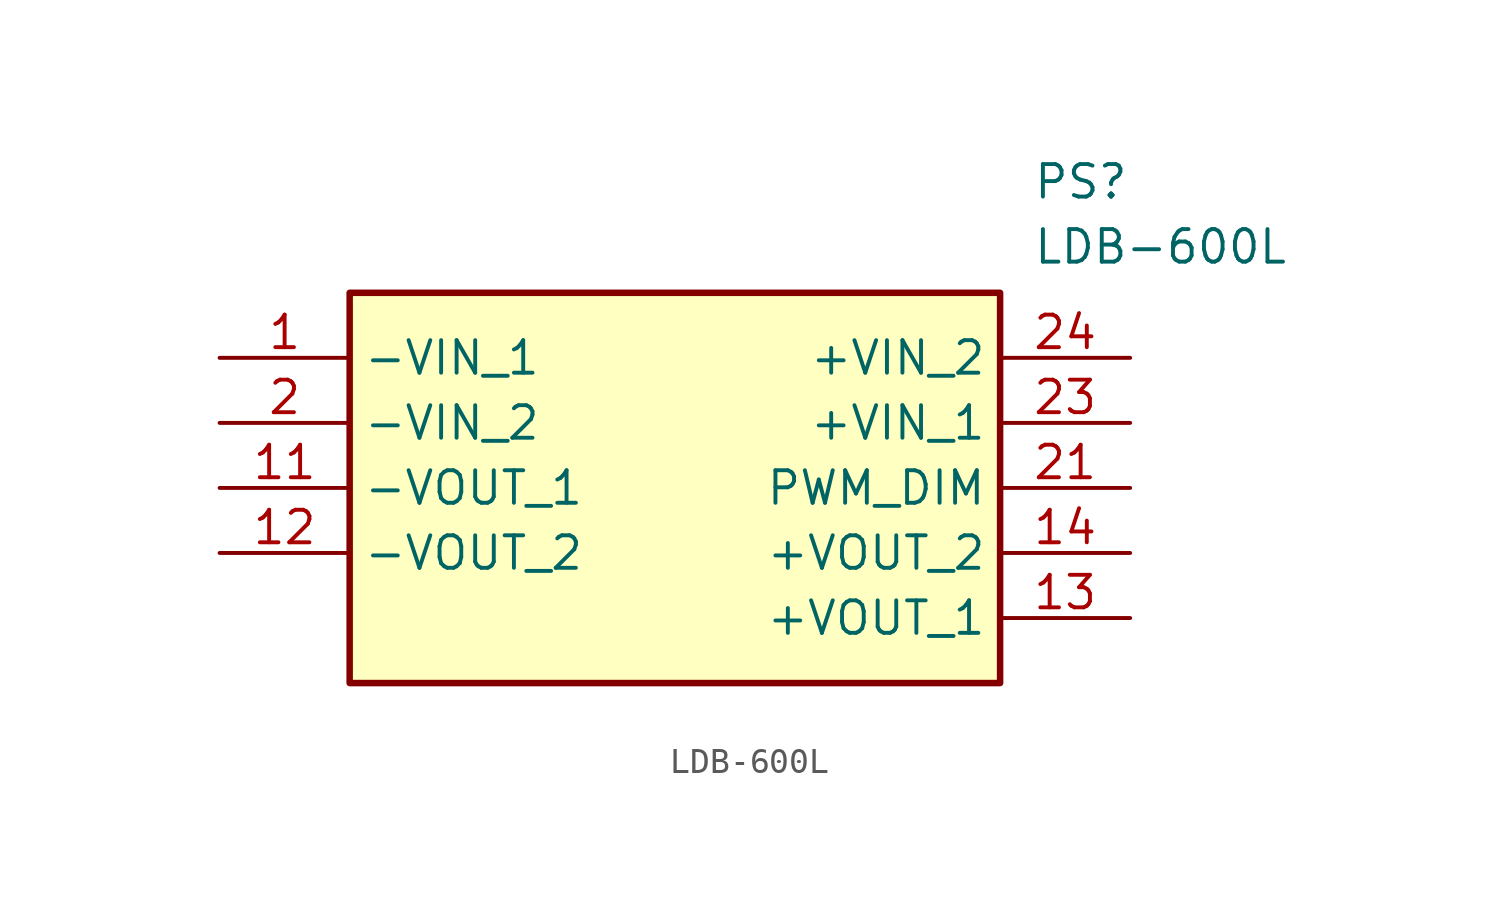
<source format=kicad_sym>
(kicad_symbol_lib
  (version 20211014)
  (generator SamacSys_ECAD_Model)
  (symbol "LDB-600L"
    (property "Reference" "PS"
      (at 31.75 7.62 0)
      (effects (font (size 1.27 1.27)) (justify left top)))
    (property "Value" "LDB-600L"
      (at 31.75 5.08 0)
      (effects (font (size 1.27 1.27)) (justify left top)))
    (rectangle
      (start 5.08 2.54)
      (end 30.48 -12.7)
      (stroke (width 0.254) (type default))
      (fill (type background)))
    (pin passive line
      (at 0 0 0)
      (length 5.08)
      (name "-VIN_1" (effects (font (size 1.27 1.27))))
      (number "1" (effects (font (size 1.27 1.27)))))
    (pin passive line
      (at 0 -2.54 0)
      (length 5.08)
      (name "-VIN_2" (effects (font (size 1.27 1.27))))
      (number "2" (effects (font (size 1.27 1.27)))))
    (pin passive line
      (at 0 -5.08 0)
      (length 5.08)
      (name "-VOUT_1" (effects (font (size 1.27 1.27))))
      (number "11" (effects (font (size 1.27 1.27)))))
    (pin passive line
      (at 0 -7.62 0)
      (length 5.08)
      (name "-VOUT_2" (effects (font (size 1.27 1.27))))
      (number "12" (effects (font (size 1.27 1.27)))))
    (pin passive line
      (at 35.56 -10.16 180)
      (length 5.08)
      (name "+VOUT_1" (effects (font (size 1.27 1.27))))
      (number "13" (effects (font (size 1.27 1.27)))))
    (pin passive line
      (at 35.56 -7.62 180)
      (length 5.08)
      (name "+VOUT_2" (effects (font (size 1.27 1.27))))
      (number "14" (effects (font (size 1.27 1.27)))))
    (pin passive line
      (at 35.56 -5.08 180)
      (length 5.08)
      (name "PWM_DIM" (effects (font (size 1.27 1.27))))
      (number "21" (effects (font (size 1.27 1.27)))))
    (pin passive line
      (at 35.56 -2.54 180)
      (length 5.08)
      (name "+VIN_1" (effects (font (size 1.27 1.27))))
      (number "23" (effects (font (size 1.27 1.27)))))
    (pin passive line
      (at 35.56 0 180)
      (length 5.08)
      (name "+VIN_2" (effects (font (size 1.27 1.27))))
      (number "24" (effects (font (size 1.27 1.27)))))))
</source>
